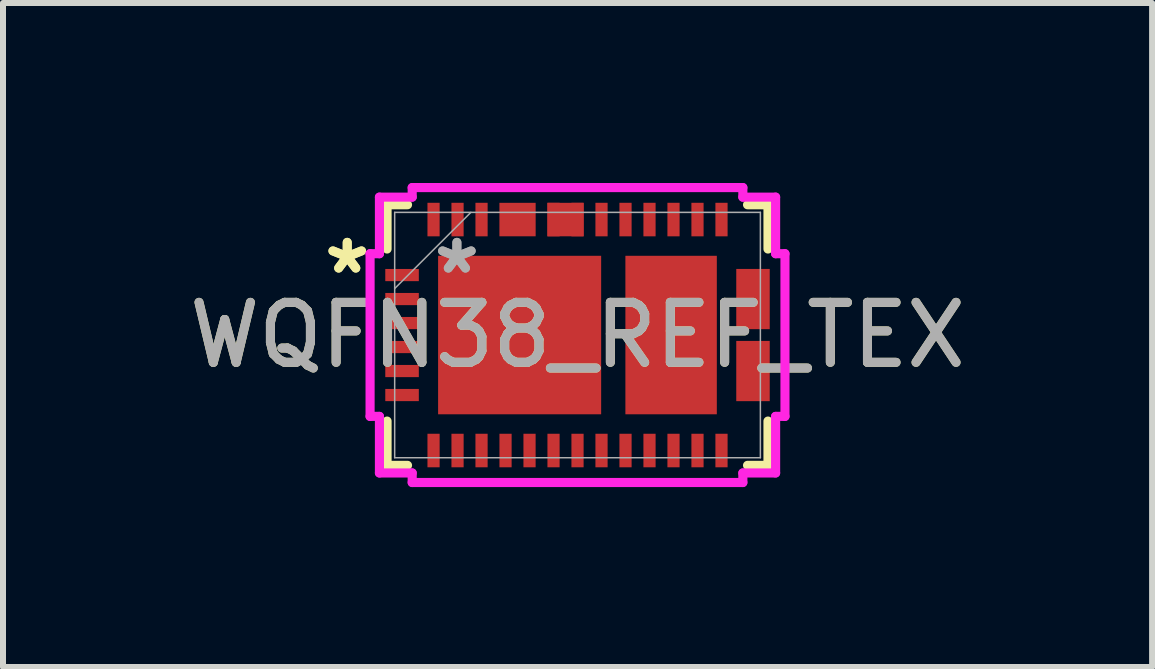
<source format=kicad_pcb>
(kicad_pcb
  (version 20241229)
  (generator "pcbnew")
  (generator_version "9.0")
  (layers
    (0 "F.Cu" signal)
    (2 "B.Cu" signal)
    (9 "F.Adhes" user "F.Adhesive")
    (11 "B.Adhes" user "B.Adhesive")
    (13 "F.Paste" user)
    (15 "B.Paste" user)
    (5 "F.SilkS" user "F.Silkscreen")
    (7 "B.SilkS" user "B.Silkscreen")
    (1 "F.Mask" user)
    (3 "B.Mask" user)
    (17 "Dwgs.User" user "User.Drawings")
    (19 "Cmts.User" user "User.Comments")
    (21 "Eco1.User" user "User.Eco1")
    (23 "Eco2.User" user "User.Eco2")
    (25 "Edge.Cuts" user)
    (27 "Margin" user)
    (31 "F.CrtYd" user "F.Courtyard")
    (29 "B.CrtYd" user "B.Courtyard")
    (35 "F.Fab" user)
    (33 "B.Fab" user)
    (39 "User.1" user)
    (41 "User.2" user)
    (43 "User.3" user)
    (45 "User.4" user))
  (footprint "WQFN38_REF_TEX"
    (layer "F.Cu")
    (at 6.577 2.535)
    (property "Reference" "WQFN38_REF_TEX" (at 0 0 0) (unlocked yes) (layer "F.SilkS") (effects (font (size 1 1) (thickness 0.15))))
    (attr smd)
    (fp_poly (pts (xy -1.302 -2.204) (xy -1.302 -1.646) (xy -0.698 -1.646) (xy -0.698 -2.204)) (stroke (width 0) (type solid)) (fill yes) (layer "F.Cu"))
    (fp_poly (pts (xy -0.502 -2.204) (xy -0.502 -1.646) (xy 0.102 -1.646) (xy 0.102 -2.204)) (stroke (width 0) (type solid)) (fill yes) (layer "F.Cu"))
    (fp_poly (pts (xy 2.646 -1.102) (xy 2.646 -0.098) (xy 3.204 -0.098) (xy 3.204 -1.102)) (stroke (width 0) (type solid)) (fill yes) (layer "F.Cu"))
    (fp_poly (pts (xy 2.646 0.098) (xy 2.646 1.102) (xy 3.204 1.102) (xy 3.204 0.098)) (stroke (width 0) (type solid)) (fill yes) (layer "F.Cu"))
    (fp_poly (pts (xy -1.302 -2.204) (xy -1.302 -1.646) (xy -0.698 -1.646) (xy -0.698 -2.204)) (stroke (width 0) (type solid)) (fill yes) (layer "F.Mask"))
    (fp_poly (pts (xy -0.502 -2.204) (xy -0.502 -1.646) (xy 0.102 -1.646) (xy 0.102 -2.204)) (stroke (width 0) (type solid)) (fill yes) (layer "F.Mask"))
    (fp_poly (pts (xy 2.646 -1.102) (xy 2.646 -0.098) (xy 3.204 -0.098) (xy 3.204 -1.102)) (stroke (width 0) (type solid)) (fill yes) (layer "F.Mask"))
    (fp_poly (pts (xy 2.646 0.098) (xy 2.646 1.102) (xy 3.204 1.102) (xy 3.204 0.098)) (stroke (width 0) (type solid)) (fill yes) (layer "F.Mask"))
    (fp_line (start -3.175 -2.172) (end -2.834 -2.172) (stroke (width 0.152) (type solid)) (layer "F.SilkS"))
    (fp_line (start -3.175 -1.434) (end -3.175 -2.172) (stroke (width 0.152) (type solid)) (layer "F.SilkS"))
    (fp_line (start -3.175 2.172) (end -3.175 1.434) (stroke (width 0.152) (type solid)) (layer "F.SilkS"))
    (fp_line (start -2.834 2.172) (end -3.175 2.172) (stroke (width 0.152) (type solid)) (layer "F.SilkS"))
    (fp_line (start 2.834 -2.172) (end 3.175 -2.172) (stroke (width 0.152) (type solid)) (layer "F.SilkS"))
    (fp_line (start 3.175 -2.172) (end 3.175 -1.434) (stroke (width 0.152) (type solid)) (layer "F.SilkS"))
    (fp_line (start 3.175 1.434) (end 3.175 2.172) (stroke (width 0.152) (type solid)) (layer "F.SilkS"))
    (fp_line (start 3.175 2.172) (end 2.834 2.172) (stroke (width 0.152) (type solid)) (layer "F.SilkS"))
    (fp_poly (pts (xy -1.302 -2.204) (xy -1.302 -1.646) (xy -0.698 -1.646) (xy -0.698 -2.204)) (stroke (width 0) (type solid)) (fill yes) (layer "F.Paste"))
    (fp_poly (pts (xy -0.502 -2.204) (xy -0.502 -1.646) (xy 0.102 -1.646) (xy 0.102 -2.204)) (stroke (width 0) (type solid)) (fill yes) (layer "F.Paste"))
    (fp_poly (pts (xy 2.646 -1.102) (xy 2.646 -0.098) (xy 3.204 -0.098) (xy 3.204 -1.102)) (stroke (width 0) (type solid)) (fill yes) (layer "F.Paste"))
    (fp_poly (pts (xy 2.646 0.098) (xy 2.646 1.102) (xy 3.204 1.102) (xy 3.204 0.098)) (stroke (width 0) (type solid)) (fill yes) (layer "F.Paste"))
    (fp_line (start -3.458 -1.356) (end -3.458 1.356) (stroke (width 0.152) (type solid)) (layer "F.CrtYd"))
    (fp_line (start -3.458 1.356) (end -3.302 1.356) (stroke (width 0.152) (type solid)) (layer "F.CrtYd"))
    (fp_line (start -3.302 -2.299) (end -3.302 -1.356) (stroke (width 0.152) (type solid)) (layer "F.CrtYd"))
    (fp_line (start -3.302 -1.356) (end -3.458 -1.356) (stroke (width 0.152) (type solid)) (layer "F.CrtYd"))
    (fp_line (start -3.302 1.356) (end -3.302 2.299) (stroke (width 0.152) (type solid)) (layer "F.CrtYd"))
    (fp_line (start -3.302 2.299) (end -2.756 2.299) (stroke (width 0.152) (type solid)) (layer "F.CrtYd"))
    (fp_line (start -2.756 -2.458) (end -2.756 -2.299) (stroke (width 0.152) (type solid)) (layer "F.CrtYd"))
    (fp_line (start -2.756 -2.299) (end -3.302 -2.299) (stroke (width 0.152) (type solid)) (layer "F.CrtYd"))
    (fp_line (start -2.756 2.299) (end -2.756 2.458) (stroke (width 0.152) (type solid)) (layer "F.CrtYd"))
    (fp_line (start -2.756 2.458) (end 2.756 2.458) (stroke (width 0.152) (type solid)) (layer "F.CrtYd"))
    (fp_line (start 2.756 -2.458) (end -2.756 -2.458) (stroke (width 0.152) (type solid)) (layer "F.CrtYd"))
    (fp_line (start 2.756 -2.299) (end 2.756 -2.458) (stroke (width 0.152) (type solid)) (layer "F.CrtYd"))
    (fp_line (start 2.756 2.299) (end 3.302 2.299) (stroke (width 0.152) (type solid)) (layer "F.CrtYd"))
    (fp_line (start 2.756 2.458) (end 2.756 2.299) (stroke (width 0.152) (type solid)) (layer "F.CrtYd"))
    (fp_line (start 3.302 -2.299) (end 2.756 -2.299) (stroke (width 0.152) (type solid)) (layer "F.CrtYd"))
    (fp_line (start 3.302 -1.356) (end 3.302 -2.299) (stroke (width 0.152) (type solid)) (layer "F.CrtYd"))
    (fp_line (start 3.302 1.356) (end 3.458 1.356) (stroke (width 0.152) (type solid)) (layer "F.CrtYd"))
    (fp_line (start 3.302 2.299) (end 3.302 1.356) (stroke (width 0.152) (type solid)) (layer "F.CrtYd"))
    (fp_line (start 3.458 -1.356) (end 3.302 -1.356) (stroke (width 0.152) (type solid)) (layer "F.CrtYd"))
    (fp_line (start 3.458 1.356) (end 3.458 -1.356) (stroke (width 0.152) (type solid)) (layer "F.CrtYd"))
    (fp_line (start -3.048 -2.045) (end -3.048 2.045) (stroke (width 0.025) (type solid)) (layer "F.Fab"))
    (fp_line (start -3.048 -0.775) (end -1.778 -2.045) (stroke (width 0.025) (type solid)) (layer "F.Fab"))
    (fp_line (start -3.048 2.045) (end 3.048 2.045) (stroke (width 0.025) (type solid)) (layer "F.Fab"))
    (fp_line (start 3.048 -2.045) (end -3.048 -2.045) (stroke (width 0.025) (type solid)) (layer "F.Fab"))
    (fp_line (start 3.048 2.045) (end 3.048 -2.045) (stroke (width 0.025) (type solid)) (layer "F.Fab"))
    (fp_text user "*" (at -3.839 -1 0) (layer "F.SilkS") (effects (font (size 1 1) (thickness 0.15))))
    (fp_text user "*" (at -3.839 -1 0) (unlocked yes) (layer "F.SilkS") (effects (font (size 1 1) (thickness 0.15))))
    (fp_text user "*" (at -2.011 -1 0) (layer "F.Fab") (effects (font (size 1 1) (thickness 0.15))))
    (fp_text user "${REFERENCE}" (at 0 0 0) (unlocked yes) (layer "F.Fab") (effects (font (size 1 1) (thickness 0.15))))
    (fp_text user "*" (at -2.011 -1 0) (unlocked yes) (layer "F.Fab") (effects (font (size 1 1) (thickness 0.15))))
    (pad "1" smd rect (at -2.925 -1) (size 0.559 0.203) (layers "F.Cu" "F.Mask" "F.Paste"))
    (pad "2" smd rect (at -2.925 -0.6) (size 0.559 0.203) (layers "F.Cu" "F.Mask" "F.Paste"))
    (pad "3" smd rect (at -2.925 -0.2) (size 0.559 0.203) (layers "F.Cu" "F.Mask" "F.Paste"))
    (pad "4" smd rect (at -2.925 0.2) (size 0.559 0.203) (layers "F.Cu" "F.Mask" "F.Paste"))
    (pad "5" smd rect (at -2.925 0.6) (size 0.559 0.203) (layers "F.Cu" "F.Mask" "F.Paste"))
    (pad "6" smd rect (at -2.925 1) (size 0.559 0.203) (layers "F.Cu" "F.Mask" "F.Paste"))
    (pad "7" smd rect (at -2.4 1.925 90) (size 0.559 0.203) (layers "F.Cu" "F.Mask" "F.Paste"))
    (pad "8" smd rect (at -2 1.925 90) (size 0.559 0.203) (layers "F.Cu" "F.Mask" "F.Paste"))
    (pad "9" smd rect (at -1.6 1.925 90) (size 0.559 0.203) (layers "F.Cu" "F.Mask" "F.Paste"))
    (pad "10" smd rect (at -1.2 1.925 90) (size 0.559 0.203) (layers "F.Cu" "F.Mask" "F.Paste"))
    (pad "11" smd rect (at -0.8 1.925 90) (size 0.559 0.203) (layers "F.Cu" "F.Mask" "F.Paste"))
    (pad "12" smd rect (at -0.4 1.925 90) (size 0.559 0.203) (layers "F.Cu" "F.Mask" "F.Paste"))
    (pad "13" smd rect (at 0 1.925 90) (size 0.559 0.203) (layers "F.Cu" "F.Mask" "F.Paste"))
    (pad "14" smd rect (at 0.4 1.925 90) (size 0.559 0.203) (layers "F.Cu" "F.Mask" "F.Paste"))
    (pad "15" smd rect (at 0.8 1.925 90) (size 0.559 0.203) (layers "F.Cu" "F.Mask" "F.Paste"))
    (pad "16" smd rect (at 1.2 1.925 90) (size 0.559 0.203) (layers "F.Cu" "F.Mask" "F.Paste"))
    (pad "17" smd rect (at 1.6 1.925 90) (size 0.559 0.203) (layers "F.Cu" "F.Mask" "F.Paste"))
    (pad "18" smd rect (at 2 1.925 90) (size 0.559 0.203) (layers "F.Cu" "F.Mask" "F.Paste"))
    (pad "19" smd rect (at 2.4 1.925 90) (size 0.559 0.203) (layers "F.Cu" "F.Mask" "F.Paste"))
    (pad "20" smd rect (at 2.925 1) (size 0.127 0.127) (layers "F.Cu" "F.Mask" "F.Paste"))
    (pad "21" smd rect (at 2.925 0.6) (size 0.127 0.127) (layers "F.Cu" "F.Mask" "F.Paste"))
    (pad "22" smd rect (at 2.925 0.2) (size 0.127 0.127) (layers "F.Cu" "F.Mask" "F.Paste"))
    (pad "23" smd rect (at 2.925 -0.2) (size 0.127 0.127) (layers "F.Cu" "F.Mask" "F.Paste"))
    (pad "24" smd rect (at 2.925 -0.6) (size 0.127 0.127) (layers "F.Cu" "F.Mask" "F.Paste"))
    (pad "25" smd rect (at 2.925 -1) (size 0.127 0.127) (layers "F.Cu" "F.Mask" "F.Paste"))
    (pad "26" smd rect (at 2.4 -1.925 90) (size 0.559 0.203) (layers "F.Cu" "F.Mask" "F.Paste"))
    (pad "27" smd rect (at 2 -1.925 90) (size 0.559 0.203) (layers "F.Cu" "F.Mask" "F.Paste"))
    (pad "28" smd rect (at 1.6 -1.925 90) (size 0.559 0.203) (layers "F.Cu" "F.Mask" "F.Paste"))
    (pad "29" smd rect (at 1.2 -1.925 90) (size 0.559 0.203) (layers "F.Cu" "F.Mask" "F.Paste"))
    (pad "30" smd rect (at 0.8 -1.925 90) (size 0.559 0.203) (layers "F.Cu" "F.Mask" "F.Paste"))
    (pad "31" smd rect (at 0.4 -1.925 90) (size 0.559 0.203) (layers "F.Cu" "F.Mask" "F.Paste"))
    (pad "32" smd rect (at 0 -1.925 90) (size 0.559 0.203) (layers "F.Cu" "F.Mask" "F.Paste"))
    (pad "33" smd rect (at -0.4 -1.925 90) (size 0.559 0.203) (layers "F.Cu" "F.Mask" "F.Paste"))
    (pad "34" smd rect (at -0.8 -1.925 90) (size 0.127 0.127) (layers "F.Cu" "F.Mask" "F.Paste"))
    (pad "35" smd rect (at -1.2 -1.925 90) (size 0.127 0.127) (layers "F.Cu" "F.Mask" "F.Paste"))
    (pad "36" smd rect (at -1.6 -1.925 90) (size 0.559 0.203) (layers "F.Cu" "F.Mask" "F.Paste"))
    (pad "37" smd rect (at -2 -1.925 90) (size 0.559 0.203) (layers "F.Cu" "F.Mask" "F.Paste"))
    (pad "38" smd rect (at -2.4 -1.925 90) (size 0.559 0.203) (layers "F.Cu" "F.Mask" "F.Paste"))
    (pad "39" smd rect (at -0.965 0) (size 2.718 2.642) (layers "F.Cu" "F.Mask" "F.Paste"))
    (pad "40" smd rect (at 1.56 0) (size 1.524 2.642) (layers "F.Cu" "F.Mask" "F.Paste")))
  (gr_rect
    (start -3 -3)
    (end 16.155 8.069)
    (stroke (width 0.1) (type default))
    (fill no)
    (layer "Edge.Cuts")))
</source>
